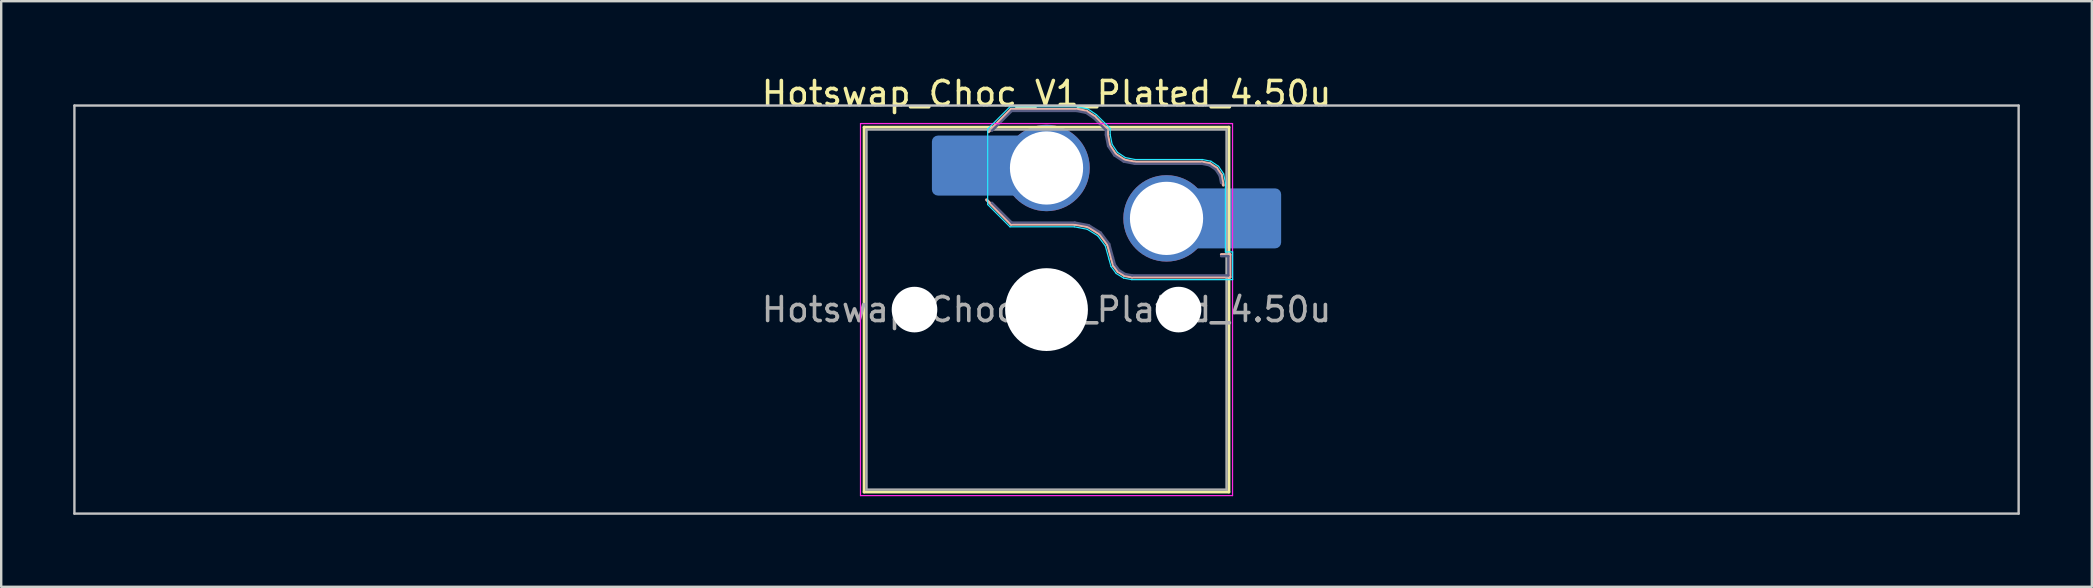
<source format=kicad_pcb>
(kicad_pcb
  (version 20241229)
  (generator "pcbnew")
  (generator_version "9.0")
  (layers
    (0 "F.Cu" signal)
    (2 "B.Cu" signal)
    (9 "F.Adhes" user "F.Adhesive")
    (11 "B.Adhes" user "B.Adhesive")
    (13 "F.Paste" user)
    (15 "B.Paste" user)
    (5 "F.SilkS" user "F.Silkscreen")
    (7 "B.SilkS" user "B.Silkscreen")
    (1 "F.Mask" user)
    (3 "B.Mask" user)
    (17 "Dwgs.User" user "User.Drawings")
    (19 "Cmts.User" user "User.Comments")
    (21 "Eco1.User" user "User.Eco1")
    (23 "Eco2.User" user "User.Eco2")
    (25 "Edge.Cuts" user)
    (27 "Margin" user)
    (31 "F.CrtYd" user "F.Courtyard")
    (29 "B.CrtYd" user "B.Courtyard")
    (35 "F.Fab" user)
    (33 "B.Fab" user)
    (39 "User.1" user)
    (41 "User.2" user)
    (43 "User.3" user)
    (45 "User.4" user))
  (footprint "Hotswap_Choc_V1_Plated_4.50u"
    (layer "F.Cu")
    (at 40.55 9.848)
    (property "Reference" "Hotswap_Choc_V1_Plated_4.50u" (at 0 -9 0) (layer "F.SilkS") (effects (font (size 1 1) (thickness 0.15))))
    (attr smd)
    (fp_line (start -7.6 -7.6) (end -7.6 7.6) (stroke (width 0.12) (type solid)) (layer "F.SilkS"))
    (fp_line (start -7.6 7.6) (end 7.6 7.6) (stroke (width 0.12) (type solid)) (layer "F.SilkS"))
    (fp_line (start 7.6 -7.6) (end -7.6 -7.6) (stroke (width 0.12) (type solid)) (layer "F.SilkS"))
    (fp_line (start 7.6 7.6) (end 7.6 -7.6) (stroke (width 0.12) (type solid)) (layer "F.SilkS"))
    (fp_line (start -2.416 -7.409) (end -1.479 -8.346) (stroke (width 0.12) (type solid)) (layer "B.SilkS"))
    (fp_line (start -1.479 -8.346) (end 1.268 -8.346) (stroke (width 0.12) (type solid)) (layer "B.SilkS"))
    (fp_line (start -1.479 -3.554) (end -2.5 -4.575) (stroke (width 0.12) (type solid)) (layer "B.SilkS"))
    (fp_line (start 1.168 -3.554) (end -1.479 -3.554) (stroke (width 0.12) (type solid)) (layer "B.SilkS"))
    (fp_line (start 1.268 -8.346) (end 1.671 -8.266) (stroke (width 0.12) (type solid)) (layer "B.SilkS"))
    (fp_line (start 1.671 -8.266) (end 2.013 -8.037) (stroke (width 0.12) (type solid)) (layer "B.SilkS"))
    (fp_line (start 1.73 -3.449) (end 1.168 -3.554) (stroke (width 0.12) (type solid)) (layer "B.SilkS"))
    (fp_line (start 2.013 -8.037) (end 2.546 -7.504) (stroke (width 0.12) (type solid)) (layer "B.SilkS"))
    (fp_line (start 2.209 -3.15) (end 1.73 -3.449) (stroke (width 0.12) (type solid)) (layer "B.SilkS"))
    (fp_line (start 2.546 -7.504) (end 2.546 -7.282) (stroke (width 0.12) (type solid)) (layer "B.SilkS"))
    (fp_line (start 2.546 -7.282) (end 2.633 -6.844) (stroke (width 0.12) (type solid)) (layer "B.SilkS"))
    (fp_line (start 2.547 -2.697) (end 2.209 -3.15) (stroke (width 0.12) (type solid)) (layer "B.SilkS"))
    (fp_line (start 2.633 -6.844) (end 2.877 -6.477) (stroke (width 0.12) (type solid)) (layer "B.SilkS"))
    (fp_line (start 2.701 -2.139) (end 2.547 -2.697) (stroke (width 0.12) (type solid)) (layer "B.SilkS"))
    (fp_line (start 2.783 -1.841) (end 2.701 -2.139) (stroke (width 0.12) (type solid)) (layer "B.SilkS"))
    (fp_line (start 2.877 -6.477) (end 3.244 -6.233) (stroke (width 0.12) (type solid)) (layer "B.SilkS"))
    (fp_line (start 2.976 -1.583) (end 2.783 -1.841) (stroke (width 0.12) (type solid)) (layer "B.SilkS"))
    (fp_line (start 3.244 -6.233) (end 3.682 -6.146) (stroke (width 0.12) (type solid)) (layer "B.SilkS"))
    (fp_line (start 3.25 -1.413) (end 2.976 -1.583) (stroke (width 0.12) (type solid)) (layer "B.SilkS"))
    (fp_line (start 3.56 -1.354) (end 3.25 -1.413) (stroke (width 0.12) (type solid)) (layer "B.SilkS"))
    (fp_line (start 3.682 -6.146) (end 6.482 -6.146) (stroke (width 0.12) (type solid)) (layer "B.SilkS"))
    (fp_line (start 6.482 -6.146) (end 6.809 -6.081) (stroke (width 0.12) (type solid)) (layer "B.SilkS"))
    (fp_line (start 6.809 -6.081) (end 7.092 -5.892) (stroke (width 0.12) (type solid)) (layer "B.SilkS"))
    (fp_line (start 7.092 -5.892) (end 7.281 -5.609) (stroke (width 0.12) (type solid)) (layer "B.SilkS"))
    (fp_line (start 7.281 -5.609) (end 7.366 -5.182) (stroke (width 0.12) (type solid)) (layer "B.SilkS"))
    (fp_line (start 7.283 -2.296) (end 7.646 -2.296) (stroke (width 0.12) (type solid)) (layer "B.SilkS"))
    (fp_line (start 7.646 -2.296) (end 7.646 -1.354) (stroke (width 0.12) (type solid)) (layer "B.SilkS"))
    (fp_line (start 7.646 -1.354) (end 3.56 -1.354) (stroke (width 0.12) (type solid)) (layer "B.SilkS"))
    (fp_line (start -40.5 -8.5) (end -40.5 8.5) (stroke (width 0.1) (type solid)) (layer "Dwgs.User"))
    (fp_line (start -40.5 8.5) (end 40.5 8.5) (stroke (width 0.1) (type solid)) (layer "Dwgs.User"))
    (fp_line (start 40.5 -8.5) (end -40.5 -8.5) (stroke (width 0.1) (type solid)) (layer "Dwgs.User"))
    (fp_line (start 40.5 8.5) (end 40.5 -8.5) (stroke (width 0.1) (type solid)) (layer "Dwgs.User"))
    (fp_line (start -7.25 -7.25) (end -7.25 7.25) (stroke (width 0.1) (type solid)) (layer "Eco1.User"))
    (fp_line (start -7.25 7.25) (end 7.25 7.25) (stroke (width 0.1) (type solid)) (layer "Eco1.User"))
    (fp_line (start 7.25 -7.25) (end -7.25 -7.25) (stroke (width 0.1) (type solid)) (layer "Eco1.User"))
    (fp_line (start 7.25 7.25) (end 7.25 -7.25) (stroke (width 0.1) (type solid)) (layer "Eco1.User"))
    (fp_line (start -2.452 -7.523) (end -1.523 -8.452) (stroke (width 0.05) (type solid)) (layer "B.CrtYd"))
    (fp_line (start -2.452 -4.377) (end -2.452 -7.523) (stroke (width 0.05) (type solid)) (layer "B.CrtYd"))
    (fp_line (start -1.523 -8.452) (end 1.278 -8.452) (stroke (width 0.05) (type solid)) (layer "B.CrtYd"))
    (fp_line (start -1.523 -3.448) (end -2.452 -4.377) (stroke (width 0.05) (type solid)) (layer "B.CrtYd"))
    (fp_line (start 1.159 -3.448) (end -1.523 -3.448) (stroke (width 0.05) (type solid)) (layer "B.CrtYd"))
    (fp_line (start 1.278 -8.452) (end 1.712 -8.366) (stroke (width 0.05) (type solid)) (layer "B.CrtYd"))
    (fp_line (start 1.691 -3.348) (end 1.159 -3.448) (stroke (width 0.05) (type solid)) (layer "B.CrtYd"))
    (fp_line (start 1.712 -8.366) (end 2.081 -8.119) (stroke (width 0.05) (type solid)) (layer "B.CrtYd"))
    (fp_line (start 2.081 -8.119) (end 2.652 -7.548) (stroke (width 0.05) (type solid)) (layer "B.CrtYd"))
    (fp_line (start 2.136 -3.071) (end 1.691 -3.348) (stroke (width 0.05) (type solid)) (layer "B.CrtYd"))
    (fp_line (start 2.45 -2.65) (end 2.136 -3.071) (stroke (width 0.05) (type solid)) (layer "B.CrtYd"))
    (fp_line (start 2.599 -2.111) (end 2.45 -2.65) (stroke (width 0.05) (type solid)) (layer "B.CrtYd"))
    (fp_line (start 2.652 -7.548) (end 2.652 -7.292) (stroke (width 0.05) (type solid)) (layer "B.CrtYd"))
    (fp_line (start 2.652 -7.292) (end 2.733 -6.885) (stroke (width 0.05) (type solid)) (layer "B.CrtYd"))
    (fp_line (start 2.687 -1.794) (end 2.599 -2.111) (stroke (width 0.05) (type solid)) (layer "B.CrtYd"))
    (fp_line (start 2.733 -6.885) (end 2.953 -6.553) (stroke (width 0.05) (type solid)) (layer "B.CrtYd"))
    (fp_line (start 2.903 -1.503) (end 2.687 -1.794) (stroke (width 0.05) (type solid)) (layer "B.CrtYd"))
    (fp_line (start 2.953 -6.553) (end 3.285 -6.333) (stroke (width 0.05) (type solid)) (layer "B.CrtYd"))
    (fp_line (start 3.211 -1.312) (end 2.903 -1.503) (stroke (width 0.05) (type solid)) (layer "B.CrtYd"))
    (fp_line (start 3.285 -6.333) (end 3.692 -6.252) (stroke (width 0.05) (type solid)) (layer "B.CrtYd"))
    (fp_line (start 3.55 -1.248) (end 3.211 -1.312) (stroke (width 0.05) (type solid)) (layer "B.CrtYd"))
    (fp_line (start 3.692 -6.252) (end 6.492 -6.252) (stroke (width 0.05) (type solid)) (layer "B.CrtYd"))
    (fp_line (start 6.492 -6.252) (end 6.85 -6.181) (stroke (width 0.05) (type solid)) (layer "B.CrtYd"))
    (fp_line (start 6.85 -6.181) (end 7.168 -5.968) (stroke (width 0.05) (type solid)) (layer "B.CrtYd"))
    (fp_line (start 7.168 -5.968) (end 7.381 -5.65) (stroke (width 0.05) (type solid)) (layer "B.CrtYd"))
    (fp_line (start 7.381 -5.65) (end 7.452 -5.292) (stroke (width 0.05) (type solid)) (layer "B.CrtYd"))
    (fp_line (start 7.452 -5.292) (end 7.452 -2.402) (stroke (width 0.05) (type solid)) (layer "B.CrtYd"))
    (fp_line (start 7.452 -2.402) (end 7.752 -2.402) (stroke (width 0.05) (type solid)) (layer "B.CrtYd"))
    (fp_line (start 7.752 -2.402) (end 7.752 -1.248) (stroke (width 0.05) (type solid)) (layer "B.CrtYd"))
    (fp_line (start 7.752 -1.248) (end 3.55 -1.248) (stroke (width 0.05) (type solid)) (layer "B.CrtYd"))
    (fp_line (start -7.75 -7.75) (end -7.75 7.75) (stroke (width 0.05) (type solid)) (layer "F.CrtYd"))
    (fp_line (start -7.75 7.75) (end 7.75 7.75) (stroke (width 0.05) (type solid)) (layer "F.CrtYd"))
    (fp_line (start 7.75 -7.75) (end -7.75 -7.75) (stroke (width 0.05) (type solid)) (layer "F.CrtYd"))
    (fp_line (start 7.75 7.75) (end 7.75 -7.75) (stroke (width 0.05) (type solid)) (layer "F.CrtYd"))
    (fp_line (start -2.275 -7.45) (end -1.45 -8.275) (stroke (width 0.1) (type solid)) (layer "B.Fab"))
    (fp_line (start -1.45 -8.275) (end 1.261 -8.275) (stroke (width 0.1) (type solid)) (layer "B.Fab"))
    (fp_line (start -1.45 -3.625) (end -2.275 -4.45) (stroke (width 0.1) (type solid)) (layer "B.Fab"))
    (fp_line (start 1.175 -3.625) (end -1.45 -3.625) (stroke (width 0.1) (type solid)) (layer "B.Fab"))
    (fp_line (start 1.261 -8.275) (end 1.643 -8.199) (stroke (width 0.1) (type solid)) (layer "B.Fab"))
    (fp_line (start 1.643 -8.199) (end 1.968 -7.982) (stroke (width 0.1) (type solid)) (layer "B.Fab"))
    (fp_line (start 1.756 -3.516) (end 1.175 -3.625) (stroke (width 0.1) (type solid)) (layer "B.Fab"))
    (fp_line (start 1.968 -7.982) (end 2.475 -7.475) (stroke (width 0.1) (type solid)) (layer "B.Fab"))
    (fp_line (start 2.258 -3.203) (end 1.756 -3.516) (stroke (width 0.1) (type solid)) (layer "B.Fab"))
    (fp_line (start 2.475 -7.475) (end 2.475 -7.275) (stroke (width 0.1) (type solid)) (layer "B.Fab"))
    (fp_line (start 2.475 -7.275) (end 2.566 -6.816) (stroke (width 0.1) (type solid)) (layer "B.Fab"))
    (fp_line (start 2.566 -6.816) (end 2.826 -6.426) (stroke (width 0.1) (type solid)) (layer "B.Fab"))
    (fp_line (start 2.612 -2.729) (end 2.258 -3.203) (stroke (width 0.1) (type solid)) (layer "B.Fab"))
    (fp_line (start 2.769 -2.158) (end 2.612 -2.729) (stroke (width 0.1) (type solid)) (layer "B.Fab"))
    (fp_line (start 2.826 -6.426) (end 3.216 -6.166) (stroke (width 0.1) (type solid)) (layer "B.Fab"))
    (fp_line (start 2.848 -1.873) (end 2.769 -2.158) (stroke (width 0.1) (type solid)) (layer "B.Fab"))
    (fp_line (start 3.025 -1.636) (end 2.848 -1.873) (stroke (width 0.1) (type solid)) (layer "B.Fab"))
    (fp_line (start 3.216 -6.166) (end 3.675 -6.075) (stroke (width 0.1) (type solid)) (layer "B.Fab"))
    (fp_line (start 3.276 -1.48) (end 3.025 -1.636) (stroke (width 0.1) (type solid)) (layer "B.Fab"))
    (fp_line (start 3.567 -1.425) (end 3.276 -1.48) (stroke (width 0.1) (type solid)) (layer "B.Fab"))
    (fp_line (start 3.675 -6.075) (end 6.475 -6.075) (stroke (width 0.1) (type solid)) (layer "B.Fab"))
    (fp_line (start 6.475 -6.075) (end 6.781 -6.014) (stroke (width 0.1) (type solid)) (layer "B.Fab"))
    (fp_line (start 6.781 -6.014) (end 7.041 -5.841) (stroke (width 0.1) (type solid)) (layer "B.Fab"))
    (fp_line (start 7.041 -5.841) (end 7.214 -5.581) (stroke (width 0.1) (type solid)) (layer "B.Fab"))
    (fp_line (start 7.214 -5.581) (end 7.275 -5.275) (stroke (width 0.1) (type solid)) (layer "B.Fab"))
    (fp_line (start 7.275 -2.225) (end 7.575 -2.225) (stroke (width 0.1) (type solid)) (layer "B.Fab"))
    (fp_line (start 7.575 -2.225) (end 7.575 -1.425) (stroke (width 0.1) (type solid)) (layer "B.Fab"))
    (fp_line (start 7.575 -1.425) (end 3.567 -1.425) (stroke (width 0.1) (type solid)) (layer "B.Fab"))
    (fp_line (start -7.5 -7.5) (end -7.5 7.5) (stroke (width 0.1) (type solid)) (layer "F.Fab"))
    (fp_line (start -7.5 7.5) (end 7.5 7.5) (stroke (width 0.1) (type solid)) (layer "F.Fab"))
    (fp_line (start 7.5 -7.5) (end -7.5 -7.5) (stroke (width 0.1) (type solid)) (layer "F.Fab"))
    (fp_line (start 7.5 7.5) (end 7.5 -7.5) (stroke (width 0.1) (type solid)) (layer "F.Fab"))
    (fp_text user "${REFERENCE}" (at 0 0 0) (layer "F.Fab") (effects (font (size 1 1) (thickness 0.15))))
    (pad "" np_thru_hole circle (at -5.5 0) (size 1.9 1.9) (drill 1.9) (layers "*.Cu" "*.Mask"))
    (pad "" smd roundrect (at -3.5 -6) (size 2.55 2.5) (layers "B.Mask" "B.Paste") (roundrect_rratio 0.1))
    (pad "" np_thru_hole circle (at 0 0) (size 3.45 3.45) (drill 3.45) (layers "*.Cu" "*.Mask"))
    (pad "" np_thru_hole circle (at 5.5 0) (size 1.9 1.9) (drill 1.9) (layers "*.Cu" "*.Mask"))
    (pad "" smd roundrect (at 8.5 -3.8) (size 2.55 2.5) (layers "B.Mask" "B.Paste") (roundrect_rratio 0.1))
    (pad "1" smd roundrect (at -2.85 -6) (size 3.85 2.5) (layers "B.Cu") (roundrect_rratio 0.1))
    (pad "1" thru_hole circle (at 0 -5.9) (size 3.6 3.6) (drill 3.05) (layers "*.Cu" "*.Mask"))
    (pad "2" thru_hole circle (at 5 -3.8) (size 3.6 3.6) (drill 3.05) (layers "*.Cu" "*.Mask"))
    (pad "2" smd roundrect (at 7.85 -3.8) (size 3.85 2.5) (layers "B.Cu") (roundrect_rratio 0.1)))
  (gr_rect
    (start -3 -3)
    (end 84.1 21.398)
    (stroke (width 0.1) (type default))
    (fill no)
    (layer "Edge.Cuts")))
</source>
